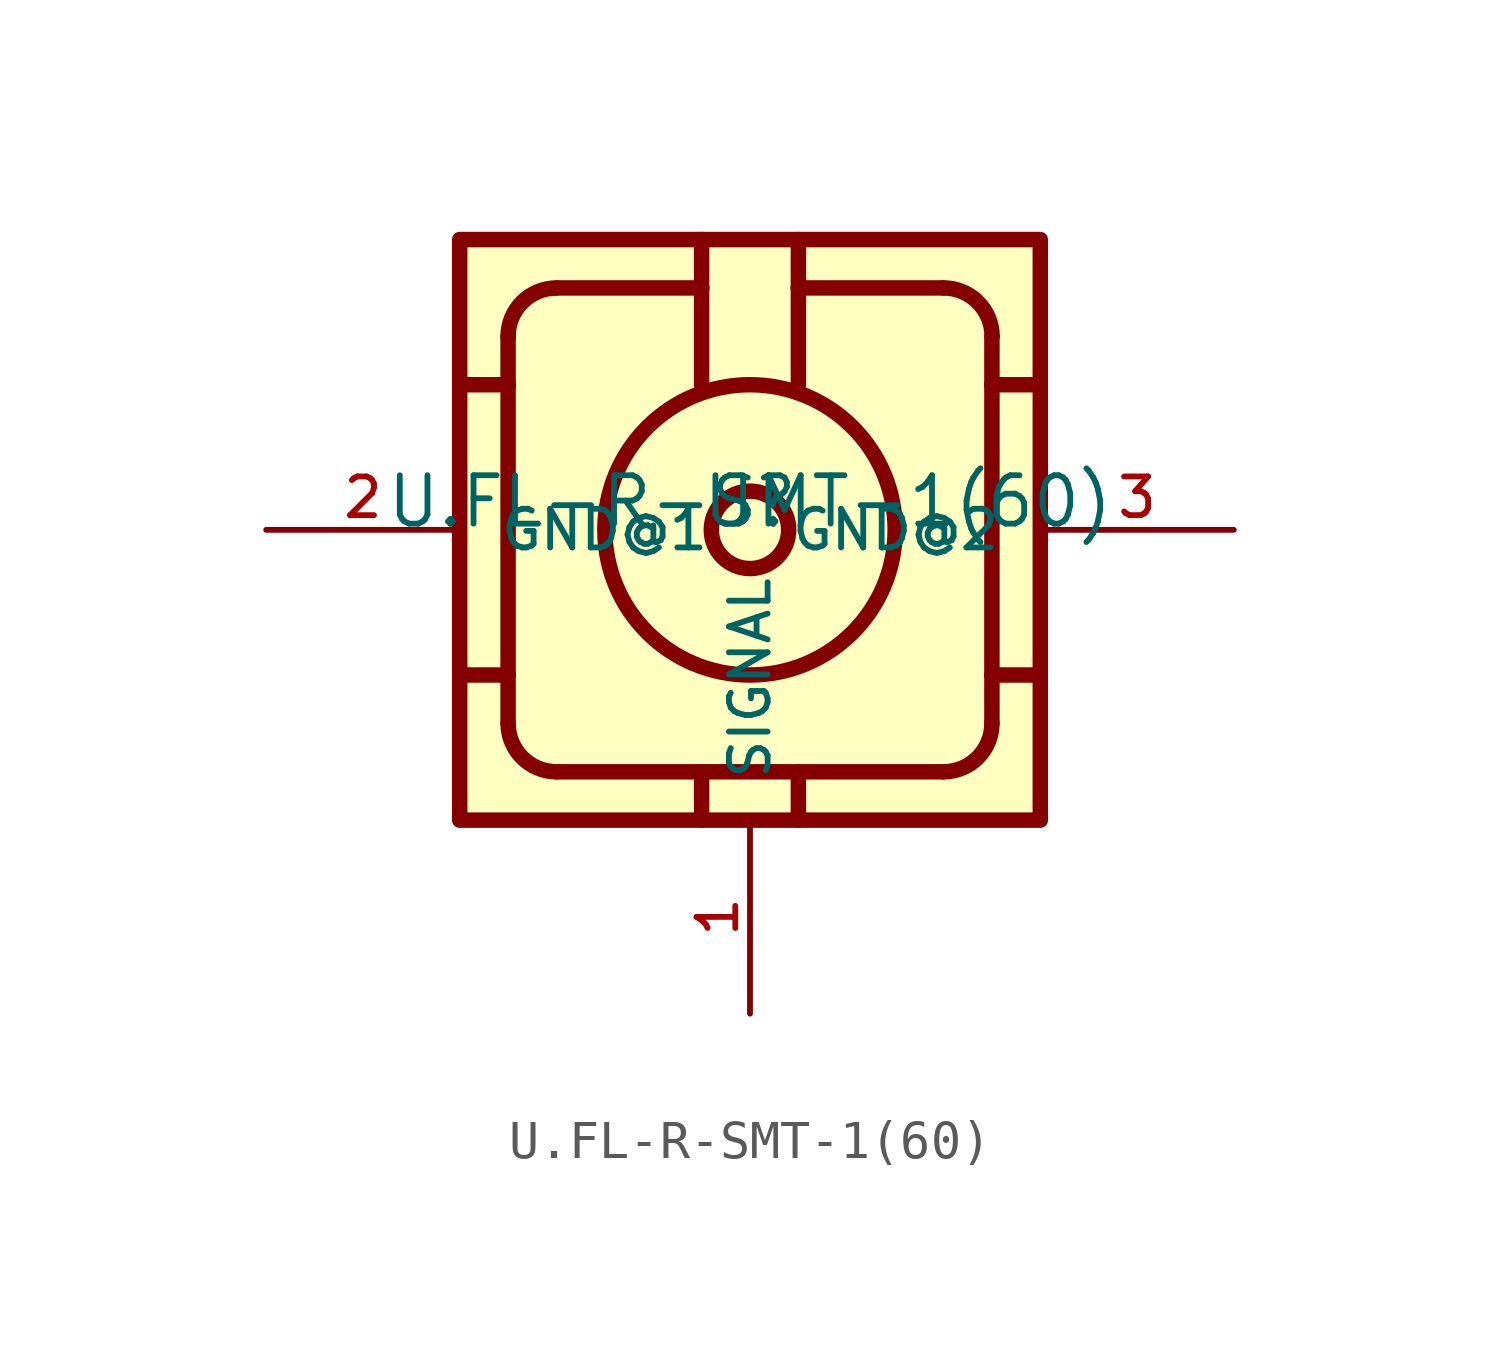
<source format=kicad_sym>
(kicad_symbol_lib
  (version 20211014)
  (generator kicad_symbol_editor)
  (symbol "U.FL-R-SMT-1(60)"
    (pin_names
      (offset 1.016))
    (property "Reference" "U"
      (at 0 0 0)
      (effects (font (size 1.27 1.27)) (justify bottom)))
    (property "Value" "U.FL-R-SMT-1(60)"
      (at 0 0.0 0)
      (effects (font (size 1.27 1.27)) (justify bottom)))
    (symbol "U.FL-R-SMT-1(60)_0_0"
      (circle (center 0.0 0.0) (radius 3.81) (stroke (width 0.406)) (fill (type none)))
      (circle (center 0.0 0.0) (radius 1.016) (stroke (width 0.406)) (fill (type none)))
      (polyline (pts (xy -5.08 6.35) (xy -1.27 6.35)) (stroke (width 0.406)))
      (polyline (pts (xy 1.27 6.35) (xy 5.08 6.35)) (stroke (width 0.406)))
      (polyline (pts (xy 6.35 5.08) (xy 6.35 3.81)) (stroke (width 0.406)))
      (polyline (pts (xy 6.35 3.81) (xy 6.35 -3.81)) (stroke (width 0.406)))
      (polyline (pts (xy 6.35 -3.81) (xy 6.35 -5.08)) (stroke (width 0.406)))
      (polyline (pts (xy 5.08 -6.35) (xy 1.27 -6.35)) (stroke (width 0.406)))
      (polyline (pts (xy 1.27 -6.35) (xy -1.27 -6.35)) (stroke (width 0.406)))
      (polyline (pts (xy -1.27 -6.35) (xy -5.08 -6.35)) (stroke (width 0.406)))
      (polyline (pts (xy -6.35 -3.81) (xy -6.35 3.81)) (stroke (width 0.406)))
      (polyline (pts (xy -6.35 3.81) (xy -6.35 5.08)) (stroke (width 0.406)))
      (polyline (pts (xy 6.35 3.81) (xy 7.62 3.81)) (stroke (width 0.406)))
      (polyline (pts (xy 7.62 -3.81) (xy 6.35 -3.81)) (stroke (width 0.406)))
      (polyline (pts (xy -6.35 -3.81) (xy -7.62 -3.81)) (stroke (width 0.406)))
      (polyline (pts (xy -7.62 3.81) (xy -6.35 3.81)) (stroke (width 0.406)))
      (polyline (pts (xy -1.27 6.35) (xy -1.27 7.62)) (stroke (width 0.406)))
      (polyline (pts (xy 1.27 7.62) (xy 1.27 6.35)) (stroke (width 0.406)))
      (polyline (pts (xy -1.27 -6.35) (xy -1.27 -7.62)) (stroke (width 0.406)))
      (polyline (pts (xy 1.27 -7.62) (xy 1.27 -6.35)) (stroke (width 0.406)))
      (polyline (pts (xy -6.35 -3.81) (xy -6.35 -5.08)) (stroke (width 0.406)))
      (polyline (pts (xy -1.27 6.35) (xy -1.27 3.81)) (stroke (width 0.406)))
      (polyline (pts (xy 1.27 6.35) (xy 1.27 3.81)) (stroke (width 0.406)))
      (arc (start -6.35 -5.08) (mid -5.978 -5.978) (end -5.08 -6.35) (stroke (width 0.4064) (type default) (color 0 0 0 0)) (fill (type none)))
      (arc (start -6.35 5.08) (mid -5.978 5.978) (end -5.08 6.35) (stroke (width 0.4064) (type default) (color 0 0 0 0)) (fill (type none)))
      (arc (start 6.35 5.08) (mid 5.978 5.978) (end 5.08 6.35) (stroke (width 0.4064) (type default) (color 0 0 0 0)) (fill (type none)))
      (arc (start 6.35 -5.08) (mid 5.978 -5.978) (end 5.08 -6.35) (stroke (width 0.4064) (type default) (color 0 0 0 0)) (fill (type none)))
      (rectangle (start -7.62 -7.62) (end 7.62 7.62) (stroke (width 0.406)) (fill (type background)))
      (pin bidirectional line (at 0.0 -12.7 90.0) (length 5.08) (name "SIGNAL" (effects (font (size 1.016 1.016)))) (number "1" (effects (font (size 1.016 1.016)))))
      (pin bidirectional line (at 12.7 0.0 180.0) (length 5.08) (name "GND@2" (effects (font (size 1.016 1.016)))) (number "3" (effects (font (size 1.016 1.016)))))
      (pin bidirectional line (at -12.7 0.0 0) (length 5.08) (name "GND@1" (effects (font (size 1.016 1.016)))) (number "2" (effects (font (size 1.016 1.016))))))))
</source>
